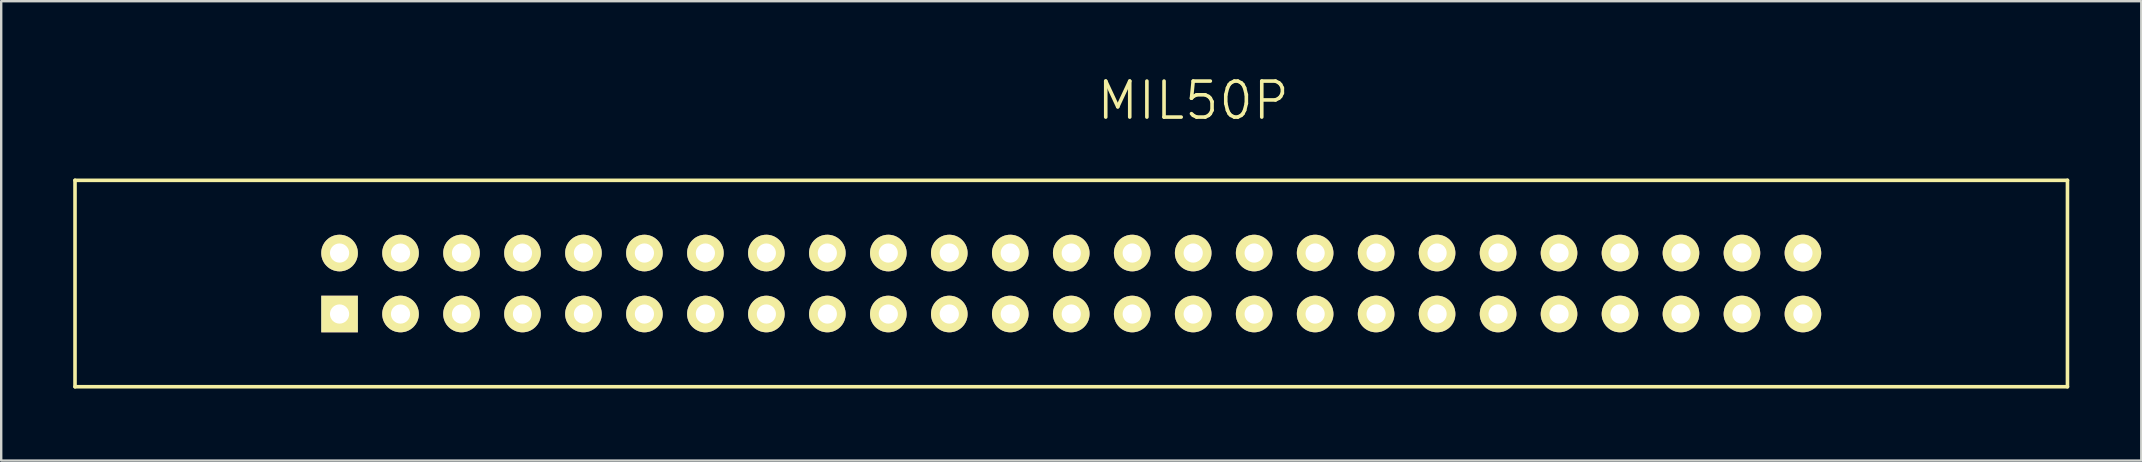
<source format=kicad_pcb>
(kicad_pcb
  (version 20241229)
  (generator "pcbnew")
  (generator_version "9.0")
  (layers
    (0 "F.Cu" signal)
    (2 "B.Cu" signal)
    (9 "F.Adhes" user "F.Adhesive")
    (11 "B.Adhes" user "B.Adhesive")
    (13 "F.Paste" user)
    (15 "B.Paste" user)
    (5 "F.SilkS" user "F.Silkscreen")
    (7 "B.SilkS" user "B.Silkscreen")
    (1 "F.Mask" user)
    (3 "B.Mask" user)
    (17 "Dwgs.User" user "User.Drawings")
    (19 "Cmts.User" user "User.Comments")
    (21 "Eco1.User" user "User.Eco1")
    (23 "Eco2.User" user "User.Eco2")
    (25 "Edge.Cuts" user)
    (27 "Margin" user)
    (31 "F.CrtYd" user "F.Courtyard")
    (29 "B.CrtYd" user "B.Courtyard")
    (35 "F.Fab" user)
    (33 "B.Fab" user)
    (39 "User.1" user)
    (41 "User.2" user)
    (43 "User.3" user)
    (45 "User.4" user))
  (footprint "MIL50P"
    (layer "F.Cu")
    (at 41.575 8.761)
    (property "Reference" "MIL50P" (at 5.08 -7.62 0) (layer "F.SilkS") (effects (font (size 1.5 1.5) (thickness 0.15))))
    (attr through_hole)
    (fp_line (start -41.5 -4.3) (end -41.5 4.3) (stroke (width 0.15) (type solid)) (layer "F.SilkS"))
    (fp_line (start 41.5 -4.3) (end -41.5 -4.3) (stroke (width 0.15) (type solid)) (layer "F.SilkS"))
    (fp_line (start 41.5 4.3) (end -41.5 4.3) (stroke (width 0.15) (type solid)) (layer "F.SilkS"))
    (fp_line (start 41.5 4.3) (end 41.5 -4.3) (stroke (width 0.15) (type solid)) (layer "F.SilkS"))
    (pad "1" thru_hole trapezoid (at -30.48 1.27) (size 1.524 1.524) (drill 0.8) (layers "*.Cu" "*.Mask" "F.SilkS"))
    (pad "2" thru_hole circle (at -30.48 -1.27) (size 1.524 1.524) (drill 0.8) (layers "*.Cu" "*.Mask" "F.SilkS"))
    (pad "3" thru_hole circle (at -27.94 1.27) (size 1.524 1.524) (drill 0.8) (layers "*.Cu" "*.Mask" "F.SilkS"))
    (pad "4" thru_hole circle (at -27.94 -1.27) (size 1.524 1.524) (drill 0.8) (layers "*.Cu" "*.Mask" "F.SilkS"))
    (pad "5" thru_hole circle (at -25.4 1.27) (size 1.524 1.524) (drill 0.8) (layers "*.Cu" "*.Mask" "F.SilkS"))
    (pad "6" thru_hole circle (at -25.4 -1.27) (size 1.524 1.524) (drill 0.8) (layers "*.Cu" "*.Mask" "F.SilkS"))
    (pad "7" thru_hole circle (at -22.86 1.27) (size 1.524 1.524) (drill 0.8) (layers "*.Cu" "*.Mask" "F.SilkS"))
    (pad "8" thru_hole circle (at -22.86 -1.27) (size 1.524 1.524) (drill 0.8) (layers "*.Cu" "*.Mask" "F.SilkS"))
    (pad "9" thru_hole circle (at -20.32 1.27) (size 1.524 1.524) (drill 0.8) (layers "*.Cu" "*.Mask" "F.SilkS"))
    (pad "10" thru_hole circle (at -20.32 -1.27) (size 1.524 1.524) (drill 0.8) (layers "*.Cu" "*.Mask" "F.SilkS"))
    (pad "11" thru_hole circle (at -17.78 1.27) (size 1.524 1.524) (drill 0.8) (layers "*.Cu" "*.Mask" "F.SilkS"))
    (pad "12" thru_hole circle (at -17.78 -1.27) (size 1.524 1.524) (drill 0.8) (layers "*.Cu" "*.Mask" "F.SilkS"))
    (pad "13" thru_hole circle (at -15.24 1.27) (size 1.524 1.524) (drill 0.8) (layers "*.Cu" "*.Mask" "F.SilkS"))
    (pad "14" thru_hole circle (at -15.24 -1.27) (size 1.524 1.524) (drill 0.8) (layers "*.Cu" "*.Mask" "F.SilkS"))
    (pad "15" thru_hole circle (at -12.7 1.27) (size 1.524 1.524) (drill 0.8) (layers "*.Cu" "*.Mask" "F.SilkS"))
    (pad "16" thru_hole circle (at -12.7 -1.27) (size 1.524 1.524) (drill 0.8) (layers "*.Cu" "*.Mask" "F.SilkS"))
    (pad "17" thru_hole circle (at -10.16 1.27) (size 1.524 1.524) (drill 0.8) (layers "*.Cu" "*.Mask" "F.SilkS"))
    (pad "18" thru_hole circle (at -10.16 -1.27) (size 1.524 1.524) (drill 0.8) (layers "*.Cu" "*.Mask" "F.SilkS"))
    (pad "19" thru_hole circle (at -7.62 1.27) (size 1.524 1.524) (drill 0.8) (layers "*.Cu" "*.Mask" "F.SilkS"))
    (pad "20" thru_hole circle (at -7.62 -1.27) (size 1.524 1.524) (drill 0.8) (layers "*.Cu" "*.Mask" "F.SilkS"))
    (pad "21" thru_hole circle (at -5.08 1.27) (size 1.524 1.524) (drill 0.8) (layers "*.Cu" "*.Mask" "F.SilkS"))
    (pad "22" thru_hole circle (at -5.08 -1.27) (size 1.524 1.524) (drill 0.8) (layers "*.Cu" "*.Mask" "F.SilkS"))
    (pad "23" thru_hole circle (at -2.54 1.27) (size 1.524 1.524) (drill 0.8) (layers "*.Cu" "*.Mask" "F.SilkS"))
    (pad "24" thru_hole circle (at -2.54 -1.27) (size 1.524 1.524) (drill 0.8) (layers "*.Cu" "*.Mask" "F.SilkS"))
    (pad "25" thru_hole circle (at 0 1.27) (size 1.524 1.524) (drill 0.8) (layers "*.Cu" "*.Mask" "F.SilkS"))
    (pad "26" thru_hole circle (at 0 -1.27) (size 1.524 1.524) (drill 0.8) (layers "*.Cu" "*.Mask" "F.SilkS"))
    (pad "27" thru_hole circle (at 2.54 1.27) (size 1.524 1.524) (drill 0.8) (layers "*.Cu" "*.Mask" "F.SilkS"))
    (pad "28" thru_hole circle (at 2.54 -1.27) (size 1.524 1.524) (drill 0.8) (layers "*.Cu" "*.Mask" "F.SilkS"))
    (pad "29" thru_hole circle (at 5.08 1.27) (size 1.524 1.524) (drill 0.8) (layers "*.Cu" "*.Mask" "F.SilkS"))
    (pad "30" thru_hole circle (at 5.08 -1.27) (size 1.524 1.524) (drill 0.8) (layers "*.Cu" "*.Mask" "F.SilkS"))
    (pad "31" thru_hole circle (at 7.62 1.27) (size 1.524 1.524) (drill 0.8) (layers "*.Cu" "*.Mask" "F.SilkS"))
    (pad "32" thru_hole circle (at 7.62 -1.27) (size 1.524 1.524) (drill 0.8) (layers "*.Cu" "*.Mask" "F.SilkS"))
    (pad "33" thru_hole circle (at 10.16 1.27) (size 1.524 1.524) (drill 0.8) (layers "*.Cu" "*.Mask" "F.SilkS"))
    (pad "34" thru_hole circle (at 10.16 -1.27) (size 1.524 1.524) (drill 0.8) (layers "*.Cu" "*.Mask" "F.SilkS"))
    (pad "35" thru_hole circle (at 12.7 1.27) (size 1.524 1.524) (drill 0.8) (layers "*.Cu" "*.Mask" "F.SilkS"))
    (pad "36" thru_hole circle (at 12.7 -1.27) (size 1.524 1.524) (drill 0.8) (layers "*.Cu" "*.Mask" "F.SilkS"))
    (pad "37" thru_hole circle (at 15.24 1.27) (size 1.524 1.524) (drill 0.8) (layers "*.Cu" "*.Mask" "F.SilkS"))
    (pad "38" thru_hole circle (at 15.24 -1.27) (size 1.524 1.524) (drill 0.8) (layers "*.Cu" "*.Mask" "F.SilkS"))
    (pad "39" thru_hole circle (at 17.78 1.27) (size 1.524 1.524) (drill 0.8) (layers "*.Cu" "*.Mask" "F.SilkS"))
    (pad "40" thru_hole circle (at 17.78 -1.27) (size 1.524 1.524) (drill 0.8) (layers "*.Cu" "*.Mask" "F.SilkS"))
    (pad "41" thru_hole circle (at 20.32 1.27) (size 1.524 1.524) (drill 0.8) (layers "*.Cu" "*.Mask" "F.SilkS"))
    (pad "42" thru_hole circle (at 20.32 -1.27) (size 1.524 1.524) (drill 0.8) (layers "*.Cu" "*.Mask" "F.SilkS"))
    (pad "43" thru_hole circle (at 22.86 1.27) (size 1.524 1.524) (drill 0.8) (layers "*.Cu" "*.Mask" "F.SilkS"))
    (pad "44" thru_hole circle (at 22.86 -1.27) (size 1.524 1.524) (drill 0.8) (layers "*.Cu" "*.Mask" "F.SilkS"))
    (pad "45" thru_hole circle (at 25.4 1.27) (size 1.524 1.524) (drill 0.8) (layers "*.Cu" "*.Mask" "F.SilkS"))
    (pad "46" thru_hole circle (at 25.4 -1.27) (size 1.524 1.524) (drill 0.8) (layers "*.Cu" "*.Mask" "F.SilkS"))
    (pad "47" thru_hole circle (at 27.94 1.27) (size 1.524 1.524) (drill 0.8) (layers "*.Cu" "*.Mask" "F.SilkS"))
    (pad "48" thru_hole circle (at 27.94 -1.27) (size 1.524 1.524) (drill 0.8) (layers "*.Cu" "*.Mask" "F.SilkS"))
    (pad "49" thru_hole circle (at 30.48 1.27) (size 1.524 1.524) (drill 0.8) (layers "*.Cu" "*.Mask" "F.SilkS"))
    (pad "50" thru_hole circle (at 30.48 -1.27) (size 1.524 1.524) (drill 0.8) (layers "*.Cu" "*.Mask" "F.SilkS")))
  (gr_rect
    (start -3 -3)
    (end 86.15 16.136)
    (stroke (width 0.1) (type default))
    (fill no)
    (layer "Edge.Cuts")))
</source>
